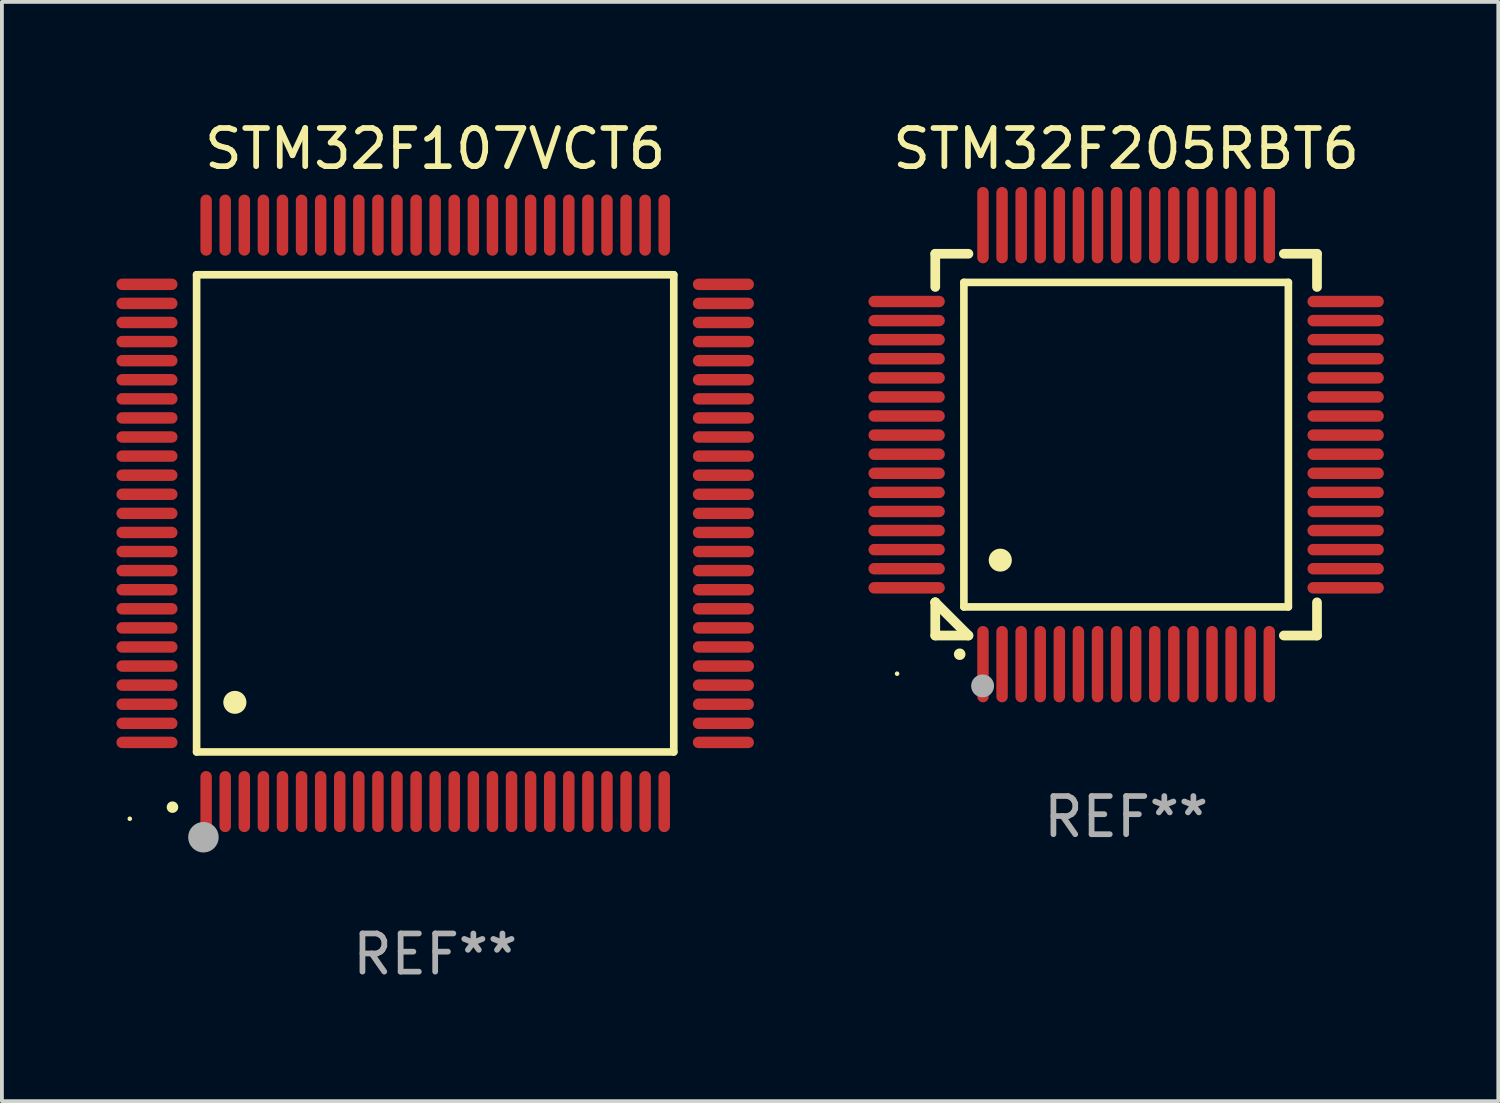
<source format=kicad_pcb>
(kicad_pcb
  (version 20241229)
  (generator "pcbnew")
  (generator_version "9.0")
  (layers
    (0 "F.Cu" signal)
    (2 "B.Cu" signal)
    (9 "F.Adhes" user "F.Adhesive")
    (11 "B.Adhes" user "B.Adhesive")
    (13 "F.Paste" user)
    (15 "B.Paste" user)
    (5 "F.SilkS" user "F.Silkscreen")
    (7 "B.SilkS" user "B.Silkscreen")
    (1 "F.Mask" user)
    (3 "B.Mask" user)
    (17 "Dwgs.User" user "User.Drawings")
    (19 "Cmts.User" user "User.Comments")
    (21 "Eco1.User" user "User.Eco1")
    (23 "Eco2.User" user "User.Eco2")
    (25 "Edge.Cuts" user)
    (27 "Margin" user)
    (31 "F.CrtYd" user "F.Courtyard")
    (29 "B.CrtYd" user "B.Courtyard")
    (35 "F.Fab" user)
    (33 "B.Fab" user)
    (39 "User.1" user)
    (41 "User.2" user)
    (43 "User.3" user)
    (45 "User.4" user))
  (footprint "STM32F205RBT6"
    (layer "F.Cu")
    (at 26.45 8.598)
    (property "Reference" "STM32F205RBT6" (at 0 -7.75 0) (layer "F.SilkS") (effects (font (size 1 1) (thickness 0.15))))
    (attr through_hole)
    (fp_line (start -5 -5) (end -4.131 -5) (stroke (width 0.254) (type solid)) (layer "F.SilkS"))
    (fp_line (start -5 -4.131) (end -5 -5) (stroke (width 0.254) (type solid)) (layer "F.SilkS"))
    (fp_line (start -5 4.131) (end -5 4.131) (stroke (width 0.254) (type solid)) (layer "F.SilkS"))
    (fp_line (start -5 5) (end -5 4.131) (stroke (width 0.254) (type solid)) (layer "F.SilkS"))
    (fp_line (start -5 4.131) (end -4.131 5) (stroke (width 0.254) (type solid)) (layer "F.SilkS"))
    (fp_line (start -4.25 -4.25) (end -4.25 4.25) (stroke (width 0.2) (type solid)) (layer "F.SilkS"))
    (fp_line (start -4.25 4.25) (end 4.25 4.25) (stroke (width 0.2) (type solid)) (layer "F.SilkS"))
    (fp_line (start -4.131 5) (end -5 5) (stroke (width 0.254) (type solid)) (layer "F.SilkS"))
    (fp_line (start 4.25 -4.25) (end -4.25 -4.25) (stroke (width 0.2) (type solid)) (layer "F.SilkS"))
    (fp_line (start 4.25 4.25) (end 4.25 -4.25) (stroke (width 0.2) (type solid)) (layer "F.SilkS"))
    (fp_line (start 5 -5) (end 4.131 -5) (stroke (width 0.254) (type solid)) (layer "F.SilkS"))
    (fp_line (start 5 -5) (end 5 -4.131) (stroke (width 0.254) (type solid)) (layer "F.SilkS"))
    (fp_line (start 5 4.131) (end 5 5) (stroke (width 0.254) (type solid)) (layer "F.SilkS"))
    (fp_line (start 5 5) (end 4.131 5) (stroke (width 0.254) (type solid)) (layer "F.SilkS"))
    (fp_arc (start -4.361265 5.489992) (mid -4.359995 5.489987) (end -4.358725 5.489992) (stroke (width 0.3) (type solid)) (layer "F.SilkS"))
    (fp_arc (start -3.299467 3.025146) (mid -3.296927 3.025135) (end -3.294387 3.025146) (stroke (width 0.6) (type solid)) (layer "F.SilkS"))
    (fp_circle (center -6 6) (end -5.97 6) (stroke (width 0.06) (type solid)) (fill no) (layer "F.SilkS"))
    (fp_circle (center -3.76 6.32) (end -3.61 6.32) (stroke (width 0.3) (type solid)) (fill no) (layer "F.Fab"))
    (fp_text user "REF**" (at 0 9.75 0) (layer "F.Fab") (effects (font (size 1 1) (thickness 0.15))))
    (pad "1" smd oval (at -3.75 5.75) (size 0.3 2) (layers "F.Cu" "F.Mask" "F.Paste"))
    (pad "2" smd oval (at -3.25 5.75) (size 0.3 2) (layers "F.Cu" "F.Mask" "F.Paste"))
    (pad "3" smd oval (at -2.75 5.75) (size 0.3 2) (layers "F.Cu" "F.Mask" "F.Paste"))
    (pad "4" smd oval (at -2.25 5.75) (size 0.3 2) (layers "F.Cu" "F.Mask" "F.Paste"))
    (pad "5" smd oval (at -1.75 5.75) (size 0.3 2) (layers "F.Cu" "F.Mask" "F.Paste"))
    (pad "6" smd oval (at -1.25 5.75) (size 0.3 2) (layers "F.Cu" "F.Mask" "F.Paste"))
    (pad "7" smd oval (at -0.75 5.75) (size 0.3 2) (layers "F.Cu" "F.Mask" "F.Paste"))
    (pad "8" smd oval (at -0.25 5.75) (size 0.3 2) (layers "F.Cu" "F.Mask" "F.Paste"))
    (pad "9" smd oval (at 0.25 5.75) (size 0.3 2) (layers "F.Cu" "F.Mask" "F.Paste"))
    (pad "10" smd oval (at 0.75 5.75) (size 0.3 2) (layers "F.Cu" "F.Mask" "F.Paste"))
    (pad "11" smd oval (at 1.25 5.75) (size 0.3 2) (layers "F.Cu" "F.Mask" "F.Paste"))
    (pad "12" smd oval (at 1.75 5.75) (size 0.3 2) (layers "F.Cu" "F.Mask" "F.Paste"))
    (pad "13" smd oval (at 2.25 5.75) (size 0.3 2) (layers "F.Cu" "F.Mask" "F.Paste"))
    (pad "14" smd oval (at 2.75 5.75) (size 0.3 2) (layers "F.Cu" "F.Mask" "F.Paste"))
    (pad "15" smd oval (at 3.25 5.75) (size 0.3 2) (layers "F.Cu" "F.Mask" "F.Paste"))
    (pad "16" smd oval (at 3.75 5.75) (size 0.3 2) (layers "F.Cu" "F.Mask" "F.Paste"))
    (pad "17" smd oval (at 5.75 3.75) (size 2 0.3) (layers "F.Cu" "F.Mask" "F.Paste"))
    (pad "18" smd oval (at 5.75 3.25) (size 2 0.3) (layers "F.Cu" "F.Mask" "F.Paste"))
    (pad "19" smd oval (at 5.75 2.75) (size 2 0.3) (layers "F.Cu" "F.Mask" "F.Paste"))
    (pad "20" smd oval (at 5.75 2.25) (size 2 0.3) (layers "F.Cu" "F.Mask" "F.Paste"))
    (pad "21" smd oval (at 5.75 1.75) (size 2 0.3) (layers "F.Cu" "F.Mask" "F.Paste"))
    (pad "22" smd oval (at 5.75 1.25) (size 2 0.3) (layers "F.Cu" "F.Mask" "F.Paste"))
    (pad "23" smd oval (at 5.75 0.75) (size 2 0.3) (layers "F.Cu" "F.Mask" "F.Paste"))
    (pad "24" smd oval (at 5.75 0.25) (size 2 0.3) (layers "F.Cu" "F.Mask" "F.Paste"))
    (pad "25" smd oval (at 5.75 -0.25) (size 2 0.3) (layers "F.Cu" "F.Mask" "F.Paste"))
    (pad "26" smd oval (at 5.75 -0.75) (size 2 0.3) (layers "F.Cu" "F.Mask" "F.Paste"))
    (pad "27" smd oval (at 5.75 -1.25) (size 2 0.3) (layers "F.Cu" "F.Mask" "F.Paste"))
    (pad "28" smd oval (at 5.75 -1.75) (size 2 0.3) (layers "F.Cu" "F.Mask" "F.Paste"))
    (pad "29" smd oval (at 5.75 -2.25) (size 2 0.3) (layers "F.Cu" "F.Mask" "F.Paste"))
    (pad "30" smd oval (at 5.75 -2.75) (size 2 0.3) (layers "F.Cu" "F.Mask" "F.Paste"))
    (pad "31" smd oval (at 5.75 -3.25) (size 2 0.3) (layers "F.Cu" "F.Mask" "F.Paste"))
    (pad "32" smd oval (at 5.75 -3.75) (size 2 0.3) (layers "F.Cu" "F.Mask" "F.Paste"))
    (pad "33" smd oval (at 3.75 -5.75) (size 0.3 2) (layers "F.Cu" "F.Mask" "F.Paste"))
    (pad "34" smd oval (at 3.25 -5.75) (size 0.3 2) (layers "F.Cu" "F.Mask" "F.Paste"))
    (pad "35" smd oval (at 2.75 -5.75) (size 0.3 2) (layers "F.Cu" "F.Mask" "F.Paste"))
    (pad "36" smd oval (at 2.25 -5.75) (size 0.3 2) (layers "F.Cu" "F.Mask" "F.Paste"))
    (pad "37" smd oval (at 1.75 -5.75) (size 0.3 2) (layers "F.Cu" "F.Mask" "F.Paste"))
    (pad "38" smd oval (at 1.25 -5.75) (size 0.3 2) (layers "F.Cu" "F.Mask" "F.Paste"))
    (pad "39" smd oval (at 0.75 -5.75) (size 0.3 2) (layers "F.Cu" "F.Mask" "F.Paste"))
    (pad "40" smd oval (at 0.25 -5.75) (size 0.3 2) (layers "F.Cu" "F.Mask" "F.Paste"))
    (pad "41" smd oval (at -0.25 -5.75) (size 0.3 2) (layers "F.Cu" "F.Mask" "F.Paste"))
    (pad "42" smd oval (at -0.75 -5.75) (size 0.3 2) (layers "F.Cu" "F.Mask" "F.Paste"))
    (pad "43" smd oval (at -1.25 -5.75) (size 0.3 2) (layers "F.Cu" "F.Mask" "F.Paste"))
    (pad "44" smd oval (at -1.75 -5.75) (size 0.3 2) (layers "F.Cu" "F.Mask" "F.Paste"))
    (pad "45" smd oval (at -2.25 -5.75) (size 0.3 2) (layers "F.Cu" "F.Mask" "F.Paste"))
    (pad "46" smd oval (at -2.75 -5.75) (size 0.3 2) (layers "F.Cu" "F.Mask" "F.Paste"))
    (pad "47" smd oval (at -3.25 -5.75) (size 0.3 2) (layers "F.Cu" "F.Mask" "F.Paste"))
    (pad "48" smd oval (at -3.75 -5.75) (size 0.3 2) (layers "F.Cu" "F.Mask" "F.Paste"))
    (pad "49" smd oval (at -5.75 -3.75) (size 2 0.3) (layers "F.Cu" "F.Mask" "F.Paste"))
    (pad "50" smd oval (at -5.75 -3.25) (size 2 0.3) (layers "F.Cu" "F.Mask" "F.Paste"))
    (pad "51" smd oval (at -5.75 -2.75) (size 2 0.3) (layers "F.Cu" "F.Mask" "F.Paste"))
    (pad "52" smd oval (at -5.75 -2.25) (size 2 0.3) (layers "F.Cu" "F.Mask" "F.Paste"))
    (pad "53" smd oval (at -5.75 -1.75) (size 2 0.3) (layers "F.Cu" "F.Mask" "F.Paste"))
    (pad "54" smd oval (at -5.75 -1.25) (size 2 0.3) (layers "F.Cu" "F.Mask" "F.Paste"))
    (pad "55" smd oval (at -5.75 -0.75) (size 2 0.3) (layers "F.Cu" "F.Mask" "F.Paste"))
    (pad "56" smd oval (at -5.75 -0.25) (size 2 0.3) (layers "F.Cu" "F.Mask" "F.Paste"))
    (pad "57" smd oval (at -5.75 0.25) (size 2 0.3) (layers "F.Cu" "F.Mask" "F.Paste"))
    (pad "58" smd oval (at -5.75 0.75) (size 2 0.3) (layers "F.Cu" "F.Mask" "F.Paste"))
    (pad "59" smd oval (at -5.75 1.25) (size 2 0.3) (layers "F.Cu" "F.Mask" "F.Paste"))
    (pad "60" smd oval (at -5.75 1.75) (size 2 0.3) (layers "F.Cu" "F.Mask" "F.Paste"))
    (pad "61" smd oval (at -5.75 2.25) (size 2 0.3) (layers "F.Cu" "F.Mask" "F.Paste"))
    (pad "62" smd oval (at -5.75 2.75) (size 2 0.3) (layers "F.Cu" "F.Mask" "F.Paste"))
    (pad "63" smd oval (at -5.75 3.25) (size 2 0.3) (layers "F.Cu" "F.Mask" "F.Paste"))
    (pad "64" smd oval (at -5.75 3.75) (size 2 0.3) (layers "F.Cu" "F.Mask" "F.Paste")))
  (footprint "STM32F107VCT6"
    (layer "F.Cu")
    (at 8.35 10.398)
    (property "Reference" "STM32F107VCT6" (at 0 -9.55 0) (layer "F.SilkS") (effects (font (size 1 1) (thickness 0.15))))
    (attr through_hole)
    (fp_line (start -6.25 -6.25) (end -6.25 6.25) (stroke (width 0.2) (type solid)) (layer "F.SilkS"))
    (fp_line (start -6.25 6.25) (end 6.25 6.25) (stroke (width 0.2) (type solid)) (layer "F.SilkS"))
    (fp_line (start 6.25 -6.25) (end -6.25 -6.25) (stroke (width 0.2) (type solid)) (layer "F.SilkS"))
    (fp_line (start 6.25 6.25) (end 6.25 -6.25) (stroke (width 0.2) (type solid)) (layer "F.SilkS"))
    (fp_arc (start -6.883414 7.696215) (mid -6.882144 7.69621) (end -6.880874 7.696215) (stroke (width 0.3) (type solid)) (layer "F.SilkS"))
    (fp_arc (start -5.250191 4.95047) (mid -5.247651 4.950459) (end -5.245111 4.95047) (stroke (width 0.6) (type solid)) (layer "F.SilkS"))
    (fp_circle (center -8 8) (end -7.97 8) (stroke (width 0.06) (type solid)) (fill no) (layer "F.SilkS"))
    (fp_circle (center -6.071 8.484) (end -5.871 8.484) (stroke (width 0.4) (type solid)) (fill no) (layer "F.Fab"))
    (fp_text user "REF**" (at 0 11.55 0) (layer "F.Fab") (effects (font (size 1 1) (thickness 0.15))))
    (pad "1" smd oval (at -6 7.55) (size 0.3 1.6) (layers "F.Cu" "F.Mask" "F.Paste"))
    (pad "2" smd oval (at -5.5 7.55) (size 0.3 1.6) (layers "F.Cu" "F.Mask" "F.Paste"))
    (pad "3" smd oval (at -5 7.55) (size 0.3 1.6) (layers "F.Cu" "F.Mask" "F.Paste"))
    (pad "4" smd oval (at -4.5 7.55) (size 0.3 1.6) (layers "F.Cu" "F.Mask" "F.Paste"))
    (pad "5" smd oval (at -4 7.55) (size 0.3 1.6) (layers "F.Cu" "F.Mask" "F.Paste"))
    (pad "6" smd oval (at -3.5 7.55) (size 0.3 1.6) (layers "F.Cu" "F.Mask" "F.Paste"))
    (pad "7" smd oval (at -3 7.55) (size 0.3 1.6) (layers "F.Cu" "F.Mask" "F.Paste"))
    (pad "8" smd oval (at -2.5 7.55) (size 0.3 1.6) (layers "F.Cu" "F.Mask" "F.Paste"))
    (pad "9" smd oval (at -2 7.55) (size 0.3 1.6) (layers "F.Cu" "F.Mask" "F.Paste"))
    (pad "10" smd oval (at -1.5 7.55) (size 0.3 1.6) (layers "F.Cu" "F.Mask" "F.Paste"))
    (pad "11" smd oval (at -1 7.55) (size 0.3 1.6) (layers "F.Cu" "F.Mask" "F.Paste"))
    (pad "12" smd oval (at -0.5 7.55) (size 0.3 1.6) (layers "F.Cu" "F.Mask" "F.Paste"))
    (pad "13" smd oval (at 0 7.55) (size 0.3 1.6) (layers "F.Cu" "F.Mask" "F.Paste"))
    (pad "14" smd oval (at 0.5 7.55) (size 0.3 1.6) (layers "F.Cu" "F.Mask" "F.Paste"))
    (pad "15" smd oval (at 1 7.55) (size 0.3 1.6) (layers "F.Cu" "F.Mask" "F.Paste"))
    (pad "16" smd oval (at 1.5 7.55) (size 0.3 1.6) (layers "F.Cu" "F.Mask" "F.Paste"))
    (pad "17" smd oval (at 2 7.55) (size 0.3 1.6) (layers "F.Cu" "F.Mask" "F.Paste"))
    (pad "18" smd oval (at 2.5 7.55) (size 0.3 1.6) (layers "F.Cu" "F.Mask" "F.Paste"))
    (pad "19" smd oval (at 3 7.55) (size 0.3 1.6) (layers "F.Cu" "F.Mask" "F.Paste"))
    (pad "20" smd oval (at 3.5 7.55) (size 0.3 1.6) (layers "F.Cu" "F.Mask" "F.Paste"))
    (pad "21" smd oval (at 4 7.55) (size 0.3 1.6) (layers "F.Cu" "F.Mask" "F.Paste"))
    (pad "22" smd oval (at 4.5 7.55) (size 0.3 1.6) (layers "F.Cu" "F.Mask" "F.Paste"))
    (pad "23" smd oval (at 5 7.55) (size 0.3 1.6) (layers "F.Cu" "F.Mask" "F.Paste"))
    (pad "24" smd oval (at 5.5 7.55) (size 0.3 1.6) (layers "F.Cu" "F.Mask" "F.Paste"))
    (pad "25" smd oval (at 6 7.55) (size 0.3 1.6) (layers "F.Cu" "F.Mask" "F.Paste"))
    (pad "26" smd oval (at 7.55 6) (size 1.6 0.3) (layers "F.Cu" "F.Mask" "F.Paste"))
    (pad "27" smd oval (at 7.55 5.5) (size 1.6 0.3) (layers "F.Cu" "F.Mask" "F.Paste"))
    (pad "28" smd oval (at 7.55 5) (size 1.6 0.3) (layers "F.Cu" "F.Mask" "F.Paste"))
    (pad "29" smd oval (at 7.55 4.5) (size 1.6 0.3) (layers "F.Cu" "F.Mask" "F.Paste"))
    (pad "30" smd oval (at 7.55 4) (size 1.6 0.3) (layers "F.Cu" "F.Mask" "F.Paste"))
    (pad "31" smd oval (at 7.55 3.5) (size 1.6 0.3) (layers "F.Cu" "F.Mask" "F.Paste"))
    (pad "32" smd oval (at 7.55 3) (size 1.6 0.3) (layers "F.Cu" "F.Mask" "F.Paste"))
    (pad "33" smd oval (at 7.55 2.5) (size 1.6 0.3) (layers "F.Cu" "F.Mask" "F.Paste"))
    (pad "34" smd oval (at 7.55 2) (size 1.6 0.3) (layers "F.Cu" "F.Mask" "F.Paste"))
    (pad "35" smd oval (at 7.55 1.5) (size 1.6 0.3) (layers "F.Cu" "F.Mask" "F.Paste"))
    (pad "36" smd oval (at 7.55 1) (size 1.6 0.3) (layers "F.Cu" "F.Mask" "F.Paste"))
    (pad "37" smd oval (at 7.55 0.5) (size 1.6 0.3) (layers "F.Cu" "F.Mask" "F.Paste"))
    (pad "38" smd oval (at 7.55 0) (size 1.6 0.3) (layers "F.Cu" "F.Mask" "F.Paste"))
    (pad "39" smd oval (at 7.55 -0.5) (size 1.6 0.3) (layers "F.Cu" "F.Mask" "F.Paste"))
    (pad "40" smd oval (at 7.55 -1) (size 1.6 0.3) (layers "F.Cu" "F.Mask" "F.Paste"))
    (pad "41" smd oval (at 7.55 -1.5) (size 1.6 0.3) (layers "F.Cu" "F.Mask" "F.Paste"))
    (pad "42" smd oval (at 7.55 -2) (size 1.6 0.3) (layers "F.Cu" "F.Mask" "F.Paste"))
    (pad "43" smd oval (at 7.55 -2.5) (size 1.6 0.3) (layers "F.Cu" "F.Mask" "F.Paste"))
    (pad "44" smd oval (at 7.55 -3) (size 1.6 0.3) (layers "F.Cu" "F.Mask" "F.Paste"))
    (pad "45" smd oval (at 7.55 -3.5) (size 1.6 0.3) (layers "F.Cu" "F.Mask" "F.Paste"))
    (pad "46" smd oval (at 7.55 -4) (size 1.6 0.3) (layers "F.Cu" "F.Mask" "F.Paste"))
    (pad "47" smd oval (at 7.55 -4.5) (size 1.6 0.3) (layers "F.Cu" "F.Mask" "F.Paste"))
    (pad "48" smd oval (at 7.55 -5) (size 1.6 0.3) (layers "F.Cu" "F.Mask" "F.Paste"))
    (pad "49" smd oval (at 7.55 -5.5) (size 1.6 0.3) (layers "F.Cu" "F.Mask" "F.Paste"))
    (pad "50" smd oval (at 7.55 -6) (size 1.6 0.3) (layers "F.Cu" "F.Mask" "F.Paste"))
    (pad "51" smd oval (at 6 -7.55) (size 0.3 1.6) (layers "F.Cu" "F.Mask" "F.Paste"))
    (pad "52" smd oval (at 5.5 -7.55) (size 0.3 1.6) (layers "F.Cu" "F.Mask" "F.Paste"))
    (pad "53" smd oval (at 5 -7.55) (size 0.3 1.6) (layers "F.Cu" "F.Mask" "F.Paste"))
    (pad "54" smd oval (at 4.5 -7.55) (size 0.3 1.6) (layers "F.Cu" "F.Mask" "F.Paste"))
    (pad "55" smd oval (at 4 -7.55) (size 0.3 1.6) (layers "F.Cu" "F.Mask" "F.Paste"))
    (pad "56" smd oval (at 3.5 -7.55) (size 0.3 1.6) (layers "F.Cu" "F.Mask" "F.Paste"))
    (pad "57" smd oval (at 3 -7.55) (size 0.3 1.6) (layers "F.Cu" "F.Mask" "F.Paste"))
    (pad "58" smd oval (at 2.5 -7.55) (size 0.3 1.6) (layers "F.Cu" "F.Mask" "F.Paste"))
    (pad "59" smd oval (at 2 -7.55) (size 0.3 1.6) (layers "F.Cu" "F.Mask" "F.Paste"))
    (pad "60" smd oval (at 1.5 -7.55) (size 0.3 1.6) (layers "F.Cu" "F.Mask" "F.Paste"))
    (pad "61" smd oval (at 1 -7.55) (size 0.3 1.6) (layers "F.Cu" "F.Mask" "F.Paste"))
    (pad "62" smd oval (at 0.5 -7.55) (size 0.3 1.6) (layers "F.Cu" "F.Mask" "F.Paste"))
    (pad "63" smd oval (at 0 -7.55) (size 0.3 1.6) (layers "F.Cu" "F.Mask" "F.Paste"))
    (pad "64" smd oval (at -0.5 -7.55) (size 0.3 1.6) (layers "F.Cu" "F.Mask" "F.Paste"))
    (pad "65" smd oval (at -1 -7.55) (size 0.3 1.6) (layers "F.Cu" "F.Mask" "F.Paste"))
    (pad "66" smd oval (at -1.5 -7.55) (size 0.3 1.6) (layers "F.Cu" "F.Mask" "F.Paste"))
    (pad "67" smd oval (at -2 -7.55) (size 0.3 1.6) (layers "F.Cu" "F.Mask" "F.Paste"))
    (pad "68" smd oval (at -2.5 -7.55) (size 0.3 1.6) (layers "F.Cu" "F.Mask" "F.Paste"))
    (pad "69" smd oval (at -3 -7.55) (size 0.3 1.6) (layers "F.Cu" "F.Mask" "F.Paste"))
    (pad "70" smd oval (at -3.5 -7.55) (size 0.3 1.6) (layers "F.Cu" "F.Mask" "F.Paste"))
    (pad "71" smd oval (at -4 -7.55) (size 0.3 1.6) (layers "F.Cu" "F.Mask" "F.Paste"))
    (pad "72" smd oval (at -4.5 -7.55) (size 0.3 1.6) (layers "F.Cu" "F.Mask" "F.Paste"))
    (pad "73" smd oval (at -5 -7.55) (size 0.3 1.6) (layers "F.Cu" "F.Mask" "F.Paste"))
    (pad "74" smd oval (at -5.5 -7.55) (size 0.3 1.6) (layers "F.Cu" "F.Mask" "F.Paste"))
    (pad "75" smd oval (at -6 -7.55) (size 0.3 1.6) (layers "F.Cu" "F.Mask" "F.Paste"))
    (pad "76" smd oval (at -7.55 -6) (size 1.6 0.3) (layers "F.Cu" "F.Mask" "F.Paste"))
    (pad "77" smd oval (at -7.55 -5.5) (size 1.6 0.3) (layers "F.Cu" "F.Mask" "F.Paste"))
    (pad "78" smd oval (at -7.55 -5) (size 1.6 0.3) (layers "F.Cu" "F.Mask" "F.Paste"))
    (pad "79" smd oval (at -7.55 -4.5) (size 1.6 0.3) (layers "F.Cu" "F.Mask" "F.Paste"))
    (pad "80" smd oval (at -7.55 -4) (size 1.6 0.3) (layers "F.Cu" "F.Mask" "F.Paste"))
    (pad "81" smd oval (at -7.55 -3.5) (size 1.6 0.3) (layers "F.Cu" "F.Mask" "F.Paste"))
    (pad "82" smd oval (at -7.55 -3) (size 1.6 0.3) (layers "F.Cu" "F.Mask" "F.Paste"))
    (pad "83" smd oval (at -7.55 -2.5) (size 1.6 0.3) (layers "F.Cu" "F.Mask" "F.Paste"))
    (pad "84" smd oval (at -7.55 -2) (size 1.6 0.3) (layers "F.Cu" "F.Mask" "F.Paste"))
    (pad "85" smd oval (at -7.55 -1.5) (size 1.6 0.3) (layers "F.Cu" "F.Mask" "F.Paste"))
    (pad "86" smd oval (at -7.55 -1) (size 1.6 0.3) (layers "F.Cu" "F.Mask" "F.Paste"))
    (pad "87" smd oval (at -7.55 -0.5) (size 1.6 0.3) (layers "F.Cu" "F.Mask" "F.Paste"))
    (pad "88" smd oval (at -7.55 0) (size 1.6 0.3) (layers "F.Cu" "F.Mask" "F.Paste"))
    (pad "89" smd oval (at -7.55 0.5) (size 1.6 0.3) (layers "F.Cu" "F.Mask" "F.Paste"))
    (pad "90" smd oval (at -7.55 1) (size 1.6 0.3) (layers "F.Cu" "F.Mask" "F.Paste"))
    (pad "91" smd oval (at -7.55 1.5) (size 1.6 0.3) (layers "F.Cu" "F.Mask" "F.Paste"))
    (pad "92" smd oval (at -7.55 2) (size 1.6 0.3) (layers "F.Cu" "F.Mask" "F.Paste"))
    (pad "93" smd oval (at -7.55 2.5) (size 1.6 0.3) (layers "F.Cu" "F.Mask" "F.Paste"))
    (pad "94" smd oval (at -7.55 3) (size 1.6 0.3) (layers "F.Cu" "F.Mask" "F.Paste"))
    (pad "95" smd oval (at -7.55 3.5) (size 1.6 0.3) (layers "F.Cu" "F.Mask" "F.Paste"))
    (pad "96" smd oval (at -7.55 4) (size 1.6 0.3) (layers "F.Cu" "F.Mask" "F.Paste"))
    (pad "97" smd oval (at -7.55 4.5) (size 1.6 0.3) (layers "F.Cu" "F.Mask" "F.Paste"))
    (pad "98" smd oval (at -7.55 5) (size 1.6 0.3) (layers "F.Cu" "F.Mask" "F.Paste"))
    (pad "99" smd oval (at -7.55 5.5) (size 1.6 0.3) (layers "F.Cu" "F.Mask" "F.Paste"))
    (pad "100" smd oval (at -7.55 6) (size 1.6 0.3) (layers "F.Cu" "F.Mask" "F.Paste")))
  (gr_rect
    (start -3 -3)
    (end 36.199 25.796)
    (stroke (width 0.1) (type default))
    (fill no)
    (layer "Edge.Cuts")))
</source>
